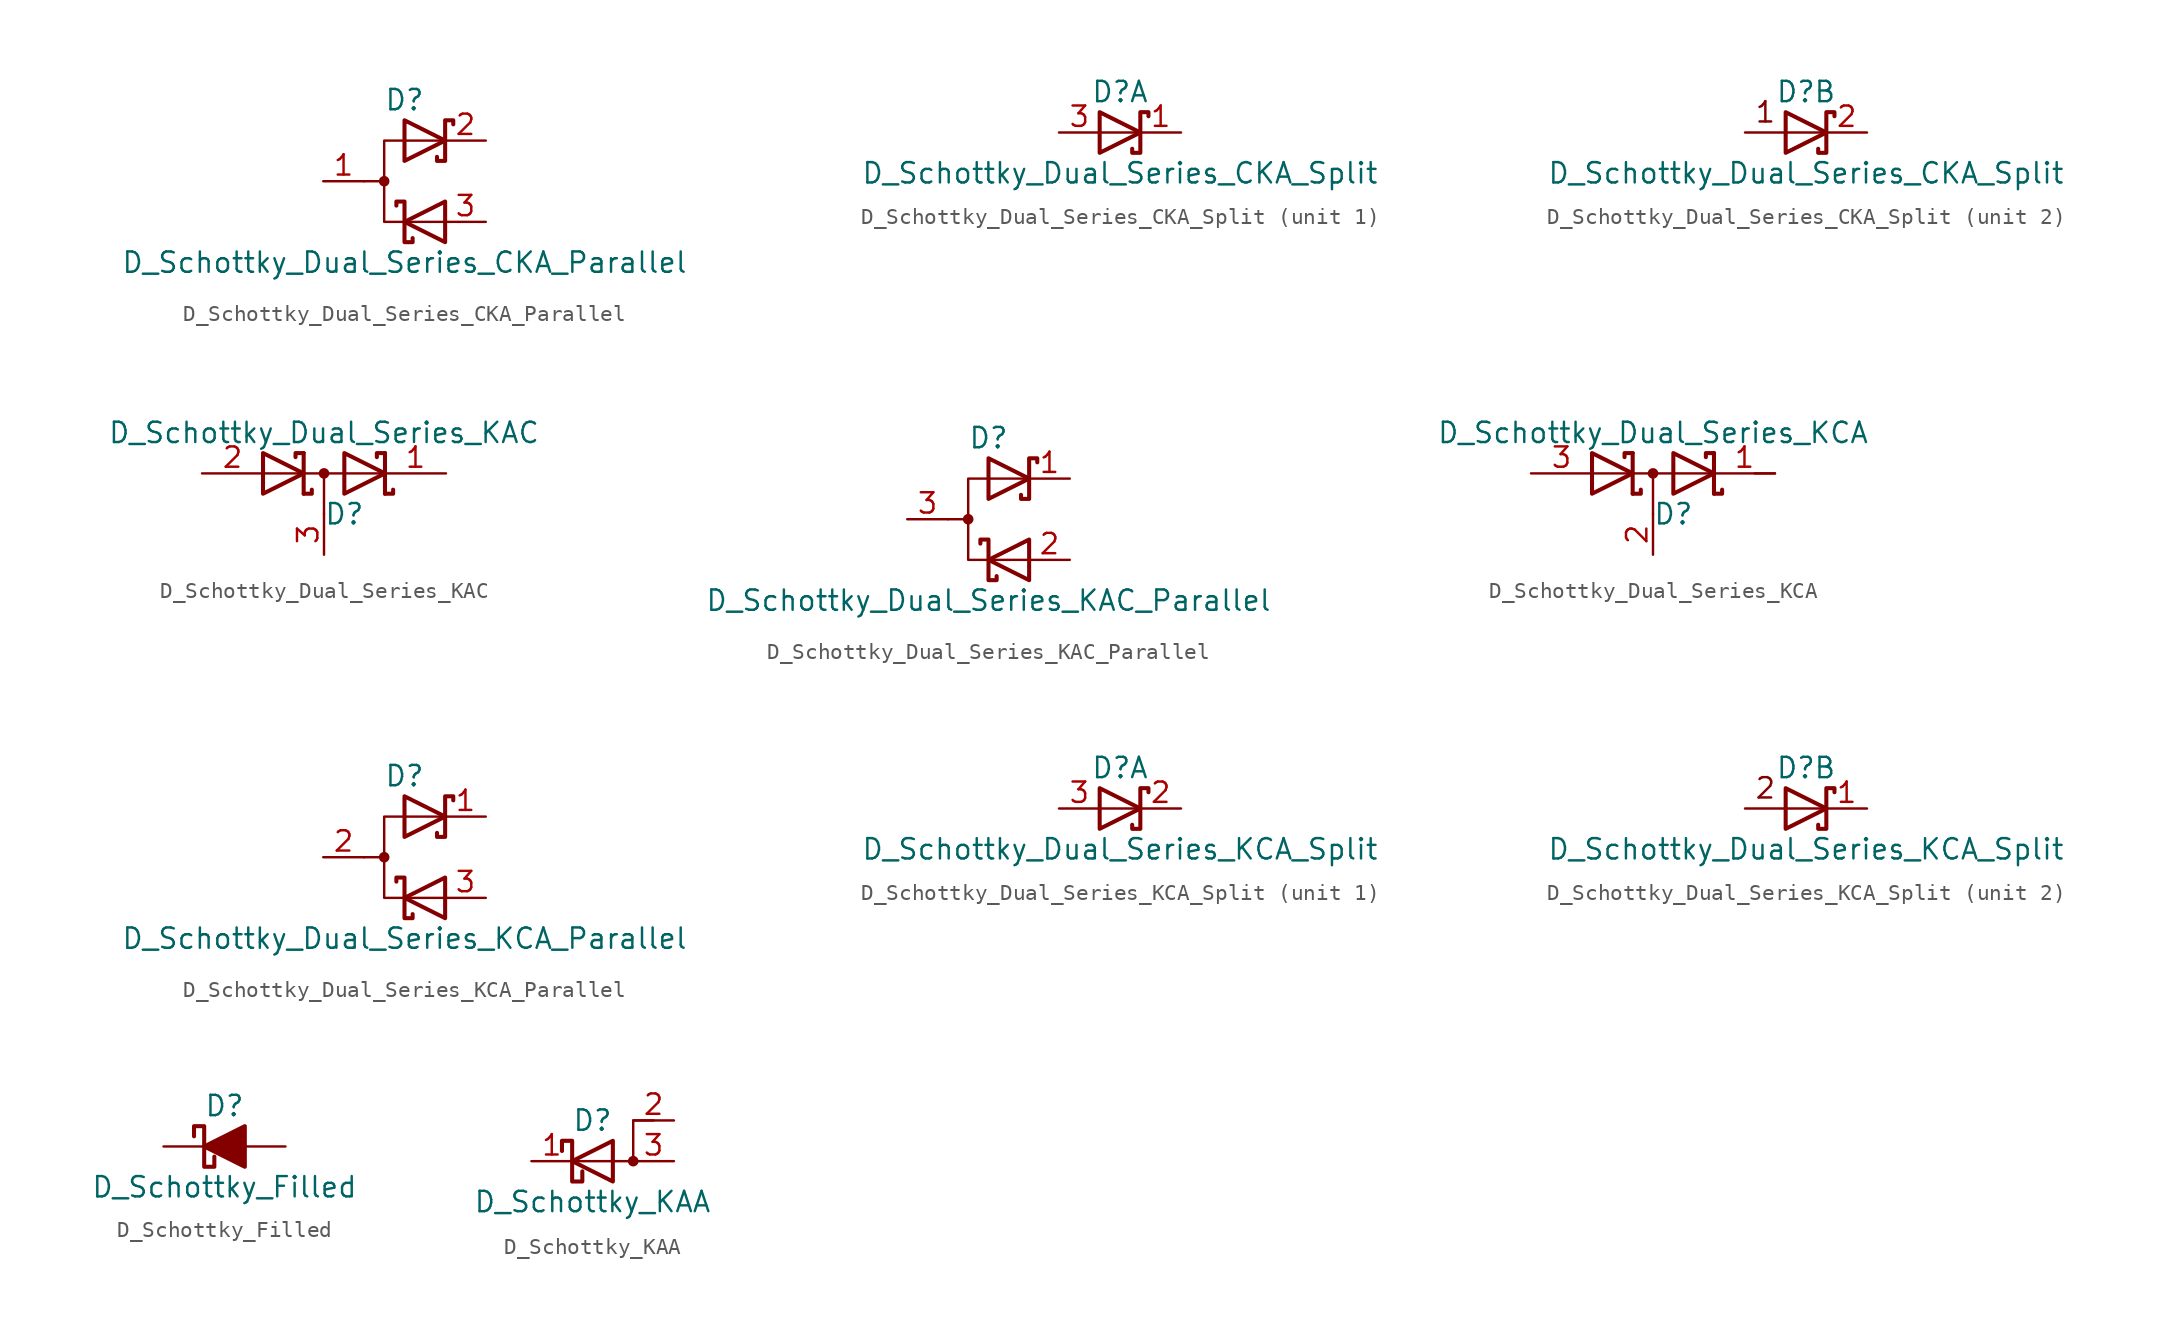
<source format=kicad_sym>
(kicad_symbol_lib
  (version 20211014)
  (generator kicad_symbol_editor)
  (symbol "D_Schottky_Dual_Series_CKA_Parallel"
    (pin_names
      (offset 0.762) hide)
    (property "Reference" "D"
      (at 0 5.08 0)
      (effects (font (size 1.27 1.27))))
    (property "Value" "D_Schottky_Dual_Series_CKA_Parallel"
      (at 0 -5.08 0)
      (effects (font (size 1.27 1.27))))
    (symbol "D_Schottky_Dual_Series_CKA_Parallel_0_1"
      (circle (center -1.27 0) (radius 0.254) (stroke (width 0) (type default) (color 0 0 0 0)) (fill (type outline)))
      (polyline (pts (xy -1.27 0) (xy -2.54 0)) (stroke (width 0) (type default) (color 0 0 0 0)) (fill (type none)))
      (polyline (pts (xy 2.54 2.54) (xy -1.27 2.54) (xy -1.27 -2.54) (xy 2.54 -2.54)) (stroke (width 0) (type default) (color 0 0 0 0)) (fill (type none)))
      (polyline (pts (xy -0.508 -1.524) (xy -0.508 -1.27) (xy 0 -1.27) (xy 0 -3.81) (xy 0.508 -3.81) (xy 0.508 -3.556)) (stroke (width 0.254) (type default) (color 0 0 0 0)) (fill (type none)))
      (polyline (pts (xy 0 3.81) (xy 2.54 2.54) (xy 0 1.27) (xy 0 3.81) (xy 0 3.81) (xy 0 3.81)) (stroke (width 0.254) (type default) (color 0 0 0 0)) (fill (type none)))
      (polyline (pts (xy 2.54 -1.27) (xy 0 -2.54) (xy 2.54 -3.81) (xy 2.54 -1.27) (xy 2.54 -1.27) (xy 2.54 -1.27)) (stroke (width 0.254) (type default) (color 0 0 0 0)) (fill (type none)))
      (polyline (pts (xy 3.048 3.556) (xy 3.048 3.81) (xy 2.54 3.81) (xy 2.54 1.27) (xy 2.032 1.27) (xy 2.032 1.524)) (stroke (width 0.254) (type default) (color 0 0 0 0)) (fill (type none)))
      (pin passive line (at -5.08 0 0) (length 2.54) (name "A" (effects (font (size 1.27 1.27)))) (number "1" (effects (font (size 1.27 1.27)))))
      (pin passive line (at 5.08 2.54 180) (length 2.54) (name "K" (effects (font (size 1.27 1.27)))) (number "2" (effects (font (size 1.27 1.27)))))
      (pin passive line (at 5.08 -2.54 180) (length 2.54) (name "K" (effects (font (size 1.27 1.27)))) (number "3" (effects (font (size 1.27 1.27)))))))
  (symbol "D_Schottky_Dual_Series_CKA_Split"
    (pin_names
      (offset 0.762) hide)
    (property "Reference" "D"
      (at 0 2.54 0)
      (effects (font (size 1.27 1.27))))
    (property "Value" "D_Schottky_Dual_Series_CKA_Split"
      (at 0 -2.54 0)
      (effects (font (size 1.27 1.27))))
    (property "ki_locked" ""
      (at 0 0 0)
      (effects (font (size 1.27 1.27))))
    (symbol "D_Schottky_Dual_Series_CKA_Split_0_1"
      (polyline (pts (xy -1.27 1.27) (xy 1.27 0) (xy -1.27 -1.27) (xy -1.27 1.27) (xy -1.27 1.27) (xy -1.27 1.27)) (stroke (width 0.254) (type default) (color 0 0 0 0)) (fill (type none)))
      (polyline (pts (xy 1.778 1.016) (xy 1.778 1.27) (xy 1.27 1.27) (xy 1.27 -1.27) (xy 0.762 -1.27) (xy 0.762 -1.016)) (stroke (width 0.254) (type default) (color 0 0 0 0)) (fill (type none))))
    (symbol "D_Schottky_Dual_Series_CKA_Split_1_1"
      (polyline (pts (xy 1.27 0) (xy -1.27 0)) (stroke (width 0) (type default) (color 0 0 0 0)) (fill (type none)))
      (pin passive line (at 3.81 0 180) (length 2.54) (name "K" (effects (font (size 1.27 1.27)))) (number "1" (effects (font (size 1.27 1.27)))))
      (pin passive line (at -3.81 0 0) (length 2.54) (name "A" (effects (font (size 1.27 1.27)))) (number "3" (effects (font (size 1.27 1.27))))))
    (symbol "D_Schottky_Dual_Series_CKA_Split_2_0"
      (polyline (pts (xy 1.27 0) (xy -3.81 0)) (stroke (width 0) (type default) (color 0 0 0 0)) (fill (type none)))
      (text "1" (at -2.54 1.27 0) (effects (font (size 1.27 1.27)))))
    (symbol "D_Schottky_Dual_Series_CKA_Split_2_1"
      (pin passive line (at 3.81 0 180) (length 2.54) (name "K" (effects (font (size 1.27 1.27)))) (number "2" (effects (font (size 1.27 1.27)))))))
  (symbol "D_Schottky_Dual_Series_KAC"
    (pin_names
      (offset 0.762) hide)
    (property "Reference" "D"
      (at 1.27 -2.54 0)
      (effects (font (size 1.27 1.27))))
    (property "Value" "D_Schottky_Dual_Series_KAC"
      (at 0 2.54 0)
      (effects (font (size 1.27 1.27))))
    (symbol "D_Schottky_Dual_Series_KAC_0_1"
      (polyline (pts (xy -3.81 0) (xy 3.81 0)) (stroke (width 0) (type default) (color 0 0 0 0)) (fill (type none)))
      (polyline (pts (xy 0 0) (xy 0 -2.54)) (stroke (width 0) (type default) (color 0 0 0 0)) (fill (type none)))
      (polyline (pts (xy -1.27 -1.27) (xy -1.27 1.27) (xy -1.27 1.27)) (stroke (width 0.254) (type default) (color 0 0 0 0)) (fill (type none)))
      (polyline (pts (xy 3.81 1.27) (xy 3.81 -1.27) (xy 3.81 -1.27)) (stroke (width 0.254) (type default) (color 0 0 0 0)) (fill (type none)))
      (polyline (pts (xy -1.27 -1.27) (xy -0.762 -1.27) (xy -0.762 -1.016) (xy -0.762 -1.016)) (stroke (width 0.254) (type default) (color 0 0 0 0)) (fill (type none)))
      (polyline (pts (xy 3.81 -1.27) (xy 4.318 -1.27) (xy 4.318 -1.016) (xy 4.318 -1.016)) (stroke (width 0.254) (type default) (color 0 0 0 0)) (fill (type none)))
      (polyline (pts (xy 3.81 1.27) (xy 3.302 1.27) (xy 3.302 1.016) (xy 3.302 1.016)) (stroke (width 0.254) (type default) (color 0 0 0 0)) (fill (type none)))
      (polyline (pts (xy -1.778 1.016) (xy -1.778 1.27) (xy -1.27 1.27) (xy -1.27 1.27) (xy -1.27 1.27)) (stroke (width 0.254) (type default) (color 0 0 0 0)) (fill (type none)))
      (polyline (pts (xy -3.81 1.27) (xy -1.27 0) (xy -3.81 -1.27) (xy -3.81 1.27) (xy -3.81 1.27) (xy -3.81 1.27)) (stroke (width 0.254) (type default) (color 0 0 0 0)) (fill (type none)))
      (polyline (pts (xy 1.27 1.27) (xy 3.81 0) (xy 1.27 -1.27) (xy 1.27 1.27) (xy 1.27 1.27) (xy 1.27 1.27)) (stroke (width 0.254) (type default) (color 0 0 0 0)) (fill (type none)))
      (circle (center 0 0) (radius 0.254) (stroke (width 0) (type default) (color 0 0 0 0)) (fill (type outline)))
      (pin passive line (at 7.62 0 180) (length 3.81) (name "K" (effects (font (size 1.27 1.27)))) (number "1" (effects (font (size 1.27 1.27)))))
      (pin passive line (at -7.62 0 0) (length 3.81) (name "A" (effects (font (size 1.27 1.27)))) (number "2" (effects (font (size 1.27 1.27)))))
      (pin passive line (at 0 -5.08 90) (length 2.54) (name "common" (effects (font (size 1.27 1.27)))) (number "3" (effects (font (size 1.27 1.27)))))))
  (symbol "D_Schottky_Dual_Series_KAC_Parallel"
    (pin_names
      (offset 0.762) hide)
    (property "Reference" "D"
      (at 0 5.08 0)
      (effects (font (size 1.27 1.27))))
    (property "Value" "D_Schottky_Dual_Series_KAC_Parallel"
      (at 0 -5.08 0)
      (effects (font (size 1.27 1.27))))
    (symbol "D_Schottky_Dual_Series_KAC_Parallel_0_1"
      (circle (center -1.27 0) (radius 0.254) (stroke (width 0) (type default) (color 0 0 0 0)) (fill (type outline)))
      (polyline (pts (xy -1.27 0) (xy -2.54 0)) (stroke (width 0) (type default) (color 0 0 0 0)) (fill (type none)))
      (polyline (pts (xy 2.54 2.54) (xy -1.27 2.54) (xy -1.27 -2.54) (xy 2.54 -2.54)) (stroke (width 0) (type default) (color 0 0 0 0)) (fill (type none)))
      (polyline (pts (xy -0.508 -1.524) (xy -0.508 -1.27) (xy 0 -1.27) (xy 0 -3.81) (xy 0.508 -3.81) (xy 0.508 -3.556)) (stroke (width 0.254) (type default) (color 0 0 0 0)) (fill (type none)))
      (polyline (pts (xy 0 3.81) (xy 2.54 2.54) (xy 0 1.27) (xy 0 3.81) (xy 0 3.81) (xy 0 3.81)) (stroke (width 0.254) (type default) (color 0 0 0 0)) (fill (type none)))
      (polyline (pts (xy 2.54 -1.27) (xy 0 -2.54) (xy 2.54 -3.81) (xy 2.54 -1.27) (xy 2.54 -1.27) (xy 2.54 -1.27)) (stroke (width 0.254) (type default) (color 0 0 0 0)) (fill (type none)))
      (polyline (pts (xy 3.048 3.556) (xy 3.048 3.81) (xy 2.54 3.81) (xy 2.54 1.27) (xy 2.032 1.27) (xy 2.032 1.524)) (stroke (width 0.254) (type default) (color 0 0 0 0)) (fill (type none)))
      (pin passive line (at 5.08 2.54 180) (length 2.54) (name "K" (effects (font (size 1.27 1.27)))) (number "1" (effects (font (size 1.27 1.27)))))
      (pin passive line (at 5.08 -2.54 180) (length 2.54) (name "K" (effects (font (size 1.27 1.27)))) (number "2" (effects (font (size 1.27 1.27)))))
      (pin passive line (at -5.08 0 0) (length 2.54) (name "A" (effects (font (size 1.27 1.27)))) (number "3" (effects (font (size 1.27 1.27)))))))
  (symbol "D_Schottky_Dual_Series_KCA"
    (pin_names
      (offset 0.762) hide)
    (property "Reference" "D"
      (at 1.27 -2.54 0)
      (effects (font (size 1.27 1.27))))
    (property "Value" "D_Schottky_Dual_Series_KCA"
      (at 0 2.54 0)
      (effects (font (size 1.27 1.27))))
    (symbol "D_Schottky_Dual_Series_KCA_0_1"
      (polyline (pts (xy -3.81 0) (xy 3.81 0)) (stroke (width 0) (type default) (color 0 0 0 0)) (fill (type none)))
      (polyline (pts (xy 0 0) (xy 0 -2.54)) (stroke (width 0) (type default) (color 0 0 0 0)) (fill (type none)))
      (polyline (pts (xy 6.35 0) (xy 7.62 0)) (stroke (width 0) (type default) (color 0 0 0 0)) (fill (type none)))
      (polyline (pts (xy -1.27 -1.27) (xy -1.27 1.27) (xy -1.27 1.27)) (stroke (width 0.254) (type default) (color 0 0 0 0)) (fill (type none)))
      (polyline (pts (xy 3.81 1.27) (xy 3.81 -1.27) (xy 3.81 -1.27)) (stroke (width 0.254) (type default) (color 0 0 0 0)) (fill (type none)))
      (polyline (pts (xy -1.27 -1.27) (xy -0.762 -1.27) (xy -0.762 -1.016) (xy -0.762 -1.016)) (stroke (width 0.254) (type default) (color 0 0 0 0)) (fill (type none)))
      (polyline (pts (xy 3.81 -1.27) (xy 4.318 -1.27) (xy 4.318 -1.016) (xy 4.318 -1.016)) (stroke (width 0.254) (type default) (color 0 0 0 0)) (fill (type none)))
      (polyline (pts (xy 3.81 1.27) (xy 3.302 1.27) (xy 3.302 1.016) (xy 3.302 1.016)) (stroke (width 0.254) (type default) (color 0 0 0 0)) (fill (type none)))
      (polyline (pts (xy -1.778 1.016) (xy -1.778 1.27) (xy -1.27 1.27) (xy -1.27 1.27) (xy -1.27 1.27)) (stroke (width 0.254) (type default) (color 0 0 0 0)) (fill (type none)))
      (polyline (pts (xy -3.81 1.27) (xy -1.27 0) (xy -3.81 -1.27) (xy -3.81 1.27) (xy -3.81 1.27) (xy -3.81 1.27)) (stroke (width 0.254) (type default) (color 0 0 0 0)) (fill (type none)))
      (polyline (pts (xy 1.27 1.27) (xy 3.81 0) (xy 1.27 -1.27) (xy 1.27 1.27) (xy 1.27 1.27) (xy 1.27 1.27)) (stroke (width 0.254) (type default) (color 0 0 0 0)) (fill (type none)))
      (circle (center 0 0) (radius 0.254) (stroke (width 0) (type default) (color 0 0 0 0)) (fill (type outline)))
      (pin passive line (at 7.62 0 180) (length 3.81) (name "K" (effects (font (size 1.27 1.27)))) (number "1" (effects (font (size 1.27 1.27)))))
      (pin passive line (at 0 -5.08 90) (length 2.54) (name "common" (effects (font (size 1.27 1.27)))) (number "2" (effects (font (size 1.27 1.27)))))
      (pin passive line (at -7.62 0 0) (length 3.81) (name "A" (effects (font (size 1.27 1.27)))) (number "3" (effects (font (size 1.27 1.27)))))))
  (symbol "D_Schottky_Dual_Series_KCA_Parallel"
    (pin_names
      (offset 0.762) hide)
    (property "Reference" "D"
      (at 0 5.08 0)
      (effects (font (size 1.27 1.27))))
    (property "Value" "D_Schottky_Dual_Series_KCA_Parallel"
      (at 0 -5.08 0)
      (effects (font (size 1.27 1.27))))
    (symbol "D_Schottky_Dual_Series_KCA_Parallel_0_1"
      (circle (center -1.27 0) (radius 0.254) (stroke (width 0) (type default) (color 0 0 0 0)) (fill (type outline)))
      (polyline (pts (xy -1.27 0) (xy -2.54 0)) (stroke (width 0) (type default) (color 0 0 0 0)) (fill (type none)))
      (polyline (pts (xy 2.54 2.54) (xy -1.27 2.54) (xy -1.27 -2.54) (xy 2.54 -2.54)) (stroke (width 0) (type default) (color 0 0 0 0)) (fill (type none)))
      (polyline (pts (xy -0.508 -1.524) (xy -0.508 -1.27) (xy 0 -1.27) (xy 0 -3.81) (xy 0.508 -3.81) (xy 0.508 -3.556)) (stroke (width 0.254) (type default) (color 0 0 0 0)) (fill (type none)))
      (polyline (pts (xy 0 3.81) (xy 2.54 2.54) (xy 0 1.27) (xy 0 3.81) (xy 0 3.81) (xy 0 3.81)) (stroke (width 0.254) (type default) (color 0 0 0 0)) (fill (type none)))
      (polyline (pts (xy 2.54 -1.27) (xy 0 -2.54) (xy 2.54 -3.81) (xy 2.54 -1.27) (xy 2.54 -1.27) (xy 2.54 -1.27)) (stroke (width 0.254) (type default) (color 0 0 0 0)) (fill (type none)))
      (polyline (pts (xy 3.048 3.556) (xy 3.048 3.81) (xy 2.54 3.81) (xy 2.54 1.27) (xy 2.032 1.27) (xy 2.032 1.524)) (stroke (width 0.254) (type default) (color 0 0 0 0)) (fill (type none)))
      (pin passive line (at 5.08 2.54 180) (length 2.54) (name "K" (effects (font (size 1.27 1.27)))) (number "1" (effects (font (size 1.27 1.27)))))
      (pin passive line (at -5.08 0 0) (length 2.54) (name "A" (effects (font (size 1.27 1.27)))) (number "2" (effects (font (size 1.27 1.27)))))
      (pin passive line (at 5.08 -2.54 180) (length 2.54) (name "K" (effects (font (size 1.27 1.27)))) (number "3" (effects (font (size 1.27 1.27)))))))
  (symbol "D_Schottky_Dual_Series_KCA_Split"
    (pin_names
      (offset 0.762) hide)
    (property "Reference" "D"
      (at 0 2.54 0)
      (effects (font (size 1.27 1.27))))
    (property "Value" "D_Schottky_Dual_Series_KCA_Split"
      (at 0 -2.54 0)
      (effects (font (size 1.27 1.27))))
    (property "ki_locked" ""
      (at 0 0 0)
      (effects (font (size 1.27 1.27))))
    (symbol "D_Schottky_Dual_Series_KCA_Split_0_1"
      (polyline (pts (xy -1.27 1.27) (xy 1.27 0) (xy -1.27 -1.27) (xy -1.27 1.27) (xy -1.27 1.27) (xy -1.27 1.27)) (stroke (width 0.254) (type default) (color 0 0 0 0)) (fill (type none)))
      (polyline (pts (xy 1.778 1.016) (xy 1.778 1.27) (xy 1.27 1.27) (xy 1.27 -1.27) (xy 0.762 -1.27) (xy 0.762 -1.016)) (stroke (width 0.254) (type default) (color 0 0 0 0)) (fill (type none))))
    (symbol "D_Schottky_Dual_Series_KCA_Split_1_1"
      (polyline (pts (xy 1.27 0) (xy -1.27 0)) (stroke (width 0) (type default) (color 0 0 0 0)) (fill (type none)))
      (pin passive line (at 3.81 0 180) (length 2.54) (name "K" (effects (font (size 1.27 1.27)))) (number "2" (effects (font (size 1.27 1.27)))))
      (pin passive line (at -3.81 0 0) (length 2.54) (name "A" (effects (font (size 1.27 1.27)))) (number "3" (effects (font (size 1.27 1.27))))))
    (symbol "D_Schottky_Dual_Series_KCA_Split_2_0"
      (polyline (pts (xy 1.27 0) (xy -3.81 0)) (stroke (width 0) (type default) (color 0 0 0 0)) (fill (type none)))
      (text "2" (at -2.54 1.27 0) (effects (font (size 1.27 1.27)))))
    (symbol "D_Schottky_Dual_Series_KCA_Split_2_1"
      (pin passive line (at 3.81 0 180) (length 2.54) (name "K" (effects (font (size 1.27 1.27)))) (number "1" (effects (font (size 1.27 1.27)))))))
  (symbol "D_Schottky_Filled"
    (pin_numbers hide)
    (pin_names
      (offset 1.016) hide)
    (property "Reference" "D"
      (at 0 2.54 0)
      (effects (font (size 1.27 1.27))))
    (property "Value" "D_Schottky_Filled"
      (at 0 -2.54 0)
      (effects (font (size 1.27 1.27))))
    (symbol "D_Schottky_Filled_0_1"
      (polyline (pts (xy 1.27 0) (xy -1.27 0)) (stroke (width 0) (type default) (color 0 0 0 0)) (fill (type none)))
      (polyline (pts (xy 1.27 1.27) (xy 1.27 -1.27) (xy -1.27 0) (xy 1.27 1.27)) (stroke (width 0.254) (type default) (color 0 0 0 0)) (fill (type outline)))
      (polyline (pts (xy -1.905 0.635) (xy -1.905 1.27) (xy -1.27 1.27) (xy -1.27 -1.27) (xy -0.635 -1.27) (xy -0.635 -0.635)) (stroke (width 0.254) (type default) (color 0 0 0 0)) (fill (type none))))
    (symbol "D_Schottky_Filled_1_1"
      (pin passive line (at -3.81 0 0) (length 2.54) (name "K" (effects (font (size 1.27 1.27)))) (number "1" (effects (font (size 1.27 1.27)))))
      (pin passive line (at 3.81 0 180) (length 2.54) (name "A" (effects (font (size 1.27 1.27)))) (number "2" (effects (font (size 1.27 1.27)))))))
  (symbol "D_Schottky_KAA"
    (pin_names
      (offset 0) hide)
    (property "Reference" "D"
      (at 0 2.54 0)
      (effects (font (size 1.27 1.27))))
    (property "Value" "D_Schottky_KAA"
      (at 0 -2.54 0)
      (effects (font (size 1.27 1.27))))
    (symbol "D_Schottky_KAA_0_1"
      (polyline (pts (xy 1.27 1.27) (xy 1.27 -1.27) (xy -1.27 0) (xy 1.27 1.27)) (stroke (width 0.254) (type default) (color 0 0 0 0)) (fill (type none)))
      (polyline (pts (xy 3.81 2.54) (xy 2.54 2.54) (xy 2.54 0) (xy -1.27 0)) (stroke (width 0) (type default) (color 0 0 0 0)) (fill (type none)))
      (polyline (pts (xy -1.905 0.635) (xy -1.905 1.27) (xy -1.27 1.27) (xy -1.27 -1.27) (xy -0.635 -1.27) (xy -0.635 -0.635)) (stroke (width 0.254) (type default) (color 0 0 0 0)) (fill (type none)))
      (circle (center 2.54 0) (radius 0.254) (stroke (width 0) (type default) (color 0 0 0 0)) (fill (type outline))))
    (symbol "D_Schottky_KAA_1_1"
      (pin passive line (at -3.81 0 0) (length 2.54) (name "K" (effects (font (size 1.27 1.27)))) (number "1" (effects (font (size 1.27 1.27)))))
      (pin input line (at 5.08 2.54 180) (length 2.54) (name "A" (effects (font (size 1.27 1.27)))) (number "2" (effects (font (size 1.27 1.27)))))
      (pin passive line (at 5.08 0 180) (length 2.54) (name "A" (effects (font (size 1.27 1.27)))) (number "3" (effects (font (size 1.27 1.27))))))))
</source>
